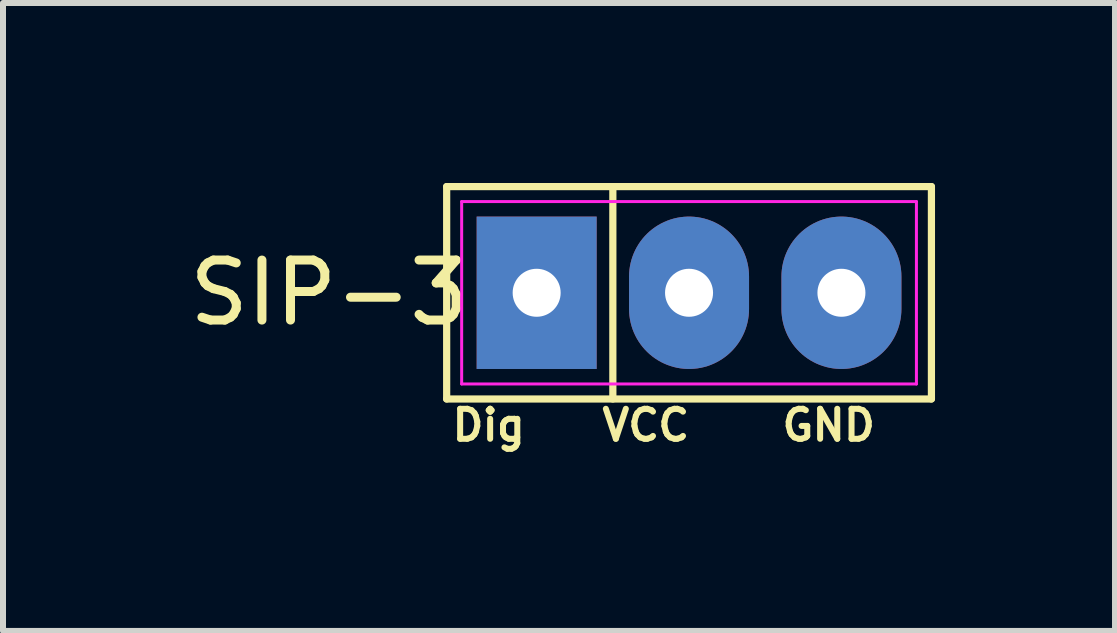
<source format=kicad_pcb>
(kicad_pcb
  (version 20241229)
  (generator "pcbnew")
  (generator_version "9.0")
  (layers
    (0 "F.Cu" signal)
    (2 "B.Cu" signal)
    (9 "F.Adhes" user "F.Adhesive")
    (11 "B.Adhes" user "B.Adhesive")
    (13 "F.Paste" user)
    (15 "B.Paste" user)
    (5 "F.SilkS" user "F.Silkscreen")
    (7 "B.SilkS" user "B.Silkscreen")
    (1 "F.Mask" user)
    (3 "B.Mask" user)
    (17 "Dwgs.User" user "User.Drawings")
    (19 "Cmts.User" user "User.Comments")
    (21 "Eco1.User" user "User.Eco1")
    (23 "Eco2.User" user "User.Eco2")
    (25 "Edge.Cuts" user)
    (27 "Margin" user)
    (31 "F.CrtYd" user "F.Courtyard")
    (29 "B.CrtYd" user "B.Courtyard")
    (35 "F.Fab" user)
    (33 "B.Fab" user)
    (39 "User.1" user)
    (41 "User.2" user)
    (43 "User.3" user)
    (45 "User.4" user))
  (footprint "SIP-3"
    (layer "F.Cu")
    (at 8.435 1.83)
    (property "Reference" "SIP-3" (at -6 0 0) (unlocked yes) (layer "F.SilkS") (effects (font (size 1 1) (thickness 0.15))))
    (attr through_hole)
    (fp_line (start -4.04 -1.77) (end 4.04 -1.77) (stroke (width 0.12) (type default)) (layer "F.SilkS"))
    (fp_line (start -4.04 1.77) (end -4.04 -1.77) (stroke (width 0.12) (type default)) (layer "F.SilkS"))
    (fp_line (start -1.27 -1.77) (end -1.27 1.77) (stroke (width 0.12) (type default)) (layer "F.SilkS"))
    (fp_line (start 4.04 -1.77) (end 4.04 1.77) (stroke (width 0.12) (type default)) (layer "F.SilkS"))
    (fp_line (start 4.04 1.77) (end -4.04 1.77) (stroke (width 0.12) (type default)) (layer "F.SilkS"))
    (fp_line (start -3.79 -1.52) (end 3.79 -1.52) (stroke (width 0.05) (type default)) (layer "F.CrtYd"))
    (fp_line (start -3.79 1.52) (end -3.79 -1.52) (stroke (width 0.05) (type default)) (layer "F.CrtYd"))
    (fp_line (start 3.79 -1.52) (end 3.79 1.52) (stroke (width 0.05) (type default)) (layer "F.CrtYd"))
    (fp_line (start 3.79 1.52) (end -3.79 1.52) (stroke (width 0.05) (type default)) (layer "F.CrtYd"))
    (fp_text user "GND" (at 1.5 2.5 0) (unlocked yes) (layer "F.SilkS") (effects (font (size 0.5 0.5) (thickness 0.1)) (justify left bottom)))
    (fp_text user "Dig" (at -4 2.5 0) (unlocked yes) (layer "F.SilkS") (effects (font (size 0.5 0.5) (thickness 0.1)) (justify left bottom)))
    (fp_text user "VCC" (at -1.5 2.5 0) (unlocked yes) (layer "F.SilkS") (effects (font (size 0.5 0.5) (thickness 0.1)) (justify left bottom)))
    (pad "1" thru_hole rect (at -2.54 0) (size 2 2.54) (drill 0.8) (layers "*.Cu" "*.Mask"))
    (pad "2" thru_hole oval (at 0 0) (size 2 2.54) (drill 0.8) (layers "*.Cu" "*.Mask"))
    (pad "3" thru_hole oval (at 2.54 0) (size 2 2.54) (drill 0.8) (layers "*.Cu" "*.Mask")))
  (gr_rect
    (start -3 -3)
    (end 15.535 7.466)
    (stroke (width 0.1) (type default))
    (fill no)
    (layer "Edge.Cuts")))
</source>
